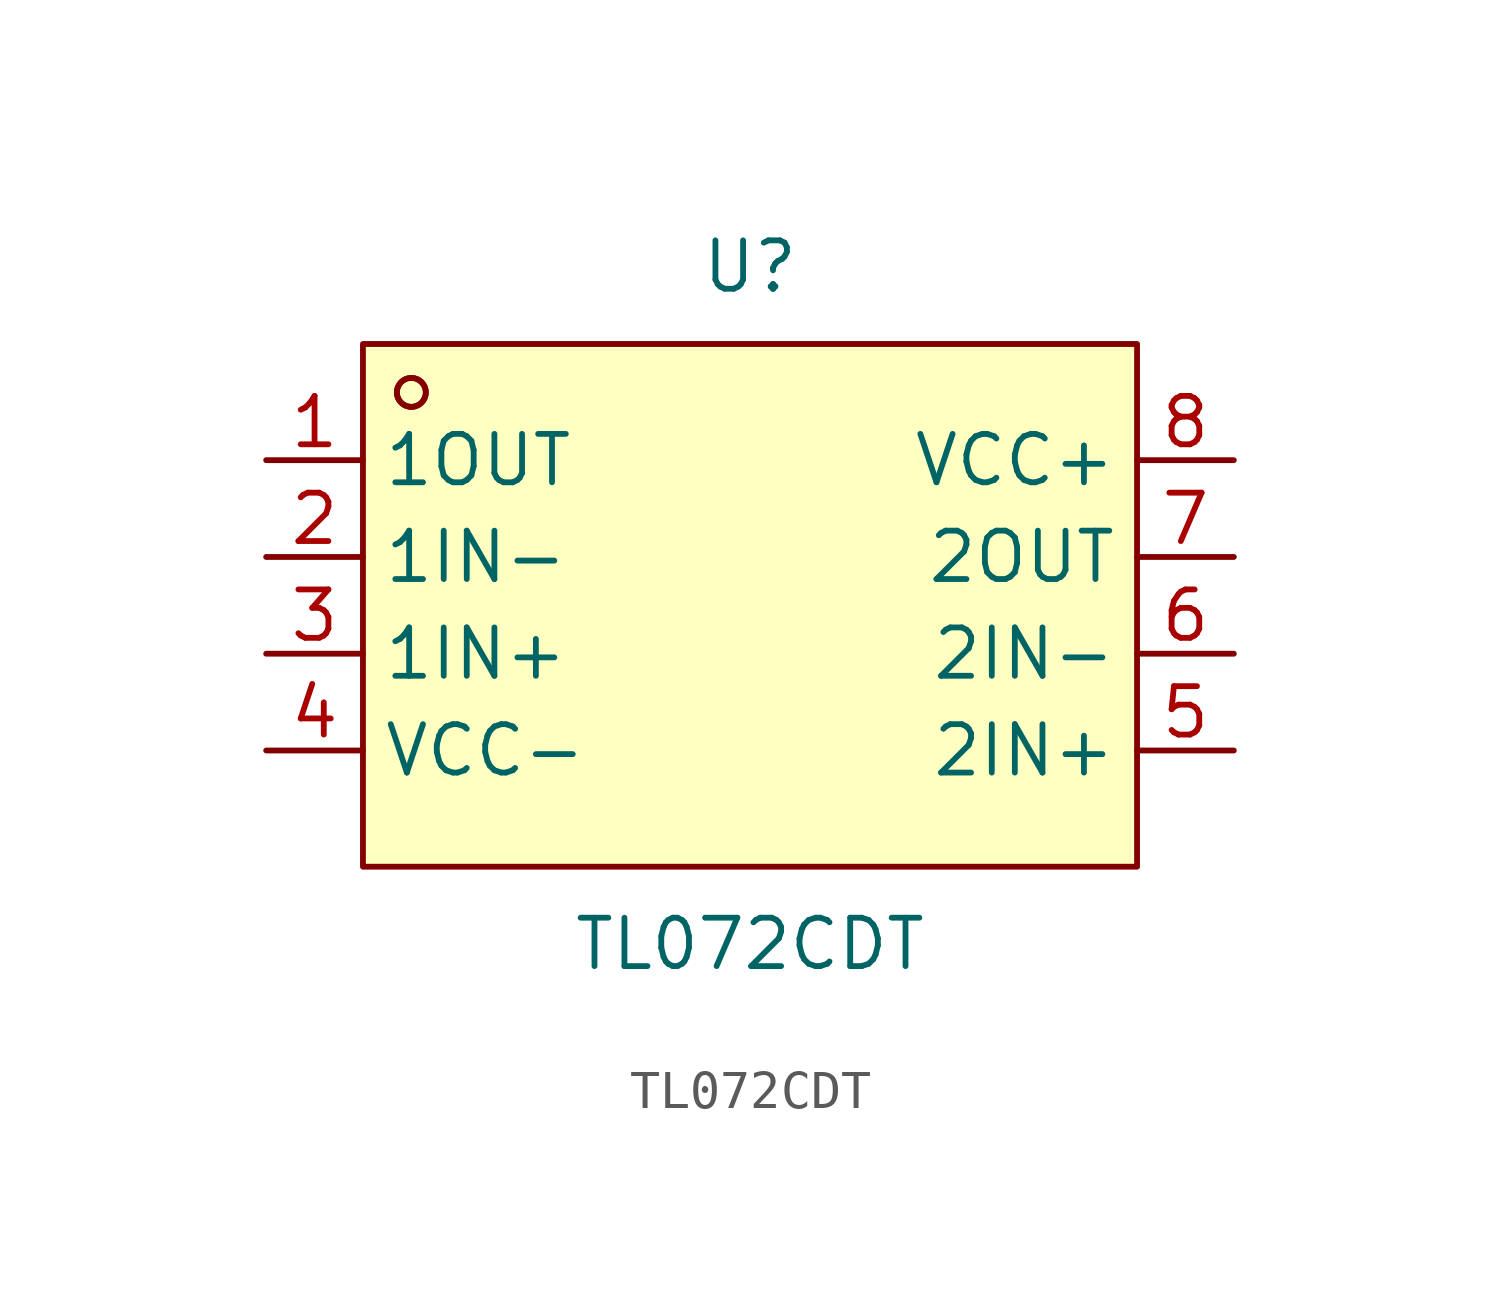
<source format=kicad_sym>
(kicad_symbol_lib
  (version 20211014)
  (generator https://github.com/uPesy/easyeda2kicad.py)
  (symbol "TL072CDT"
    (property "Reference" "U"
      (at 0 8.89 0)
      (effects (font (size 1.27 1.27))))
    (property "Value" "TL072CDT"
      (at 0 -8.89 0)
      (effects (font (size 1.27 1.27))))
    (symbol "TL072CDT_0_1"
      (rectangle (start -10.16 6.86) (end 10.16 -6.86) (stroke (width 0) (type default) (color 0 0 0 0)) (fill (type background)))
      (circle (center -8.89 5.59) (radius 0.38) (stroke (width 0) (type default) (color 0 0 0 0)) (fill (type none)))
      (circle (center -8.89 5.59) (radius 0.38) (stroke (width 0) (type default) (color 0 0 0 0)) (fill (type none)))
      (pin unspecified line (at -12.70 3.81 0) (length 2.54) (name "1OUT" (effects (font (size 1.27 1.27)))) (number "1" (effects (font (size 1.27 1.27)))))
      (pin unspecified line (at -12.70 1.27 0) (length 2.54) (name "1IN-" (effects (font (size 1.27 1.27)))) (number "2" (effects (font (size 1.27 1.27)))))
      (pin unspecified line (at -12.70 -1.27 0) (length 2.54) (name "1IN+" (effects (font (size 1.27 1.27)))) (number "3" (effects (font (size 1.27 1.27)))))
      (pin unspecified line (at -12.70 -3.81 0) (length 2.54) (name "VCC-" (effects (font (size 1.27 1.27)))) (number "4" (effects (font (size 1.27 1.27)))))
      (pin unspecified line (at 12.70 -3.81 180) (length 2.54) (name "2IN+" (effects (font (size 1.27 1.27)))) (number "5" (effects (font (size 1.27 1.27)))))
      (pin unspecified line (at 12.70 -1.27 180) (length 2.54) (name "2IN-" (effects (font (size 1.27 1.27)))) (number "6" (effects (font (size 1.27 1.27)))))
      (pin unspecified line (at 12.70 1.27 180) (length 2.54) (name "2OUT" (effects (font (size 1.27 1.27)))) (number "7" (effects (font (size 1.27 1.27)))))
      (pin unspecified line (at 12.70 3.81 180) (length 2.54) (name "VCC+" (effects (font (size 1.27 1.27)))) (number "8" (effects (font (size 1.27 1.27))))))))
</source>
